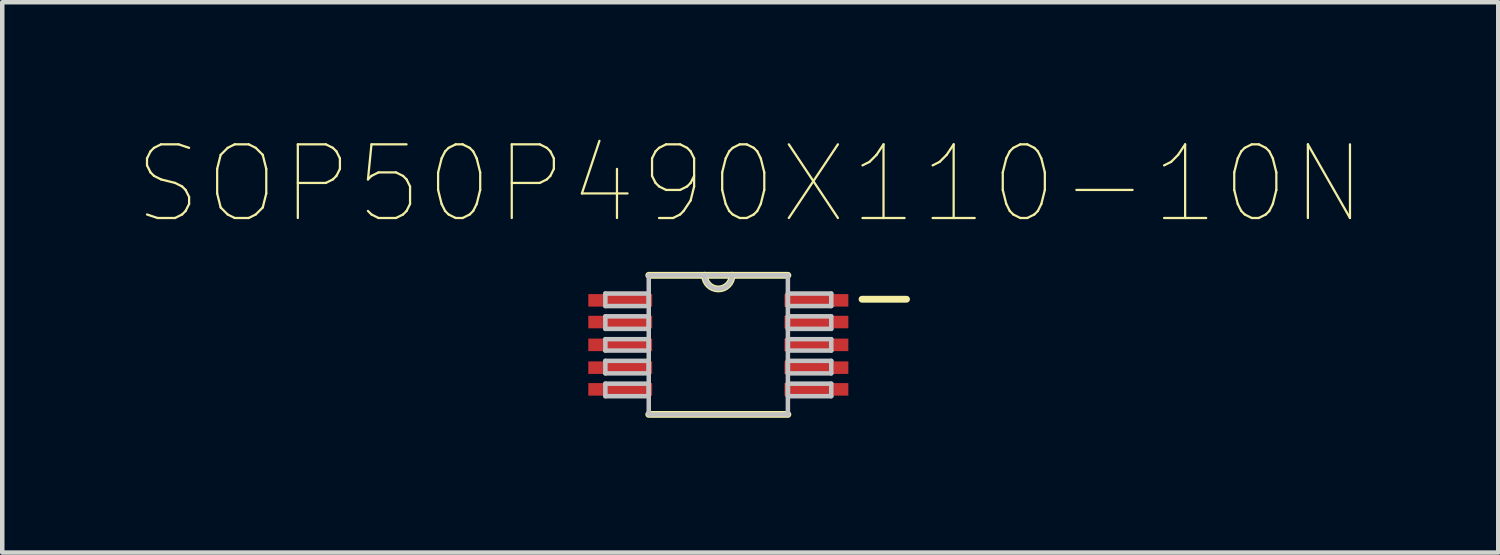
<source format=kicad_pcb>
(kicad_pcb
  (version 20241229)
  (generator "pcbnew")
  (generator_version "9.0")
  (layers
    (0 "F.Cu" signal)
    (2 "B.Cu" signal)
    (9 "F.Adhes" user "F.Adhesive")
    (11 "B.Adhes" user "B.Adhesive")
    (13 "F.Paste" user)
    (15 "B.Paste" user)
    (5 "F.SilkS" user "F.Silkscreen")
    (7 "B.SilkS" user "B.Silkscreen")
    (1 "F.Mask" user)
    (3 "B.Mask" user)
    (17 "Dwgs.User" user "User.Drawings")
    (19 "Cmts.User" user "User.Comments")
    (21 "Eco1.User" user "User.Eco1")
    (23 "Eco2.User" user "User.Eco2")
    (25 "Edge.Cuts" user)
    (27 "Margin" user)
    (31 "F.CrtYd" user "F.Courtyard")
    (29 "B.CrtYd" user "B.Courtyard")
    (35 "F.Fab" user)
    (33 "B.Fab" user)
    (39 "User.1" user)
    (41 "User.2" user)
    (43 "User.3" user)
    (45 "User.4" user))
  (footprint "SOP50P490X110-10N"
    (layer "F.Cu")
    (at 12.945 4.629)
    (property "Reference" "SOP50P490X110-10N" (at 0.711 -3.581 0) (layer "F.SilkS") (effects (font (size 1.64 1.64) (thickness 0.05))))
    (attr smd)
    (fp_line (start -1.549 1.549) (end 1.549 1.549) (stroke (width 0.152) (type solid)) (layer "F.SilkS"))
    (fp_line (start -0.305 -1.549) (end -1.549 -1.549) (stroke (width 0.152) (type solid)) (layer "F.SilkS"))
    (fp_line (start 0.305 -1.549) (end -0.305 -1.549) (stroke (width 0.152) (type solid)) (layer "F.SilkS"))
    (fp_line (start 1.549 -1.549) (end 0.305 -1.549) (stroke (width 0.152) (type solid)) (layer "F.SilkS"))
    (fp_line (start 3.2 -1.016) (end 4.191 -1.016) (stroke (width 0.152) (type solid)) (layer "F.SilkS"))
    (fp_arc (start 0.3048 -1.5494) (mid 0 -1.2446) (end -0.3048 -1.5494) (stroke (width 0.1524) (type solid)) (layer "F.SilkS"))
    (fp_line (start -2.515 -1.143) (end -2.515 -0.864) (stroke (width 0.1) (type solid)) (layer "Dwgs.User"))
    (fp_line (start -2.515 -0.864) (end -1.549 -0.864) (stroke (width 0.1) (type solid)) (layer "Dwgs.User"))
    (fp_line (start -2.515 -0.635) (end -2.515 -0.356) (stroke (width 0.1) (type solid)) (layer "Dwgs.User"))
    (fp_line (start -2.515 -0.356) (end -1.549 -0.356) (stroke (width 0.1) (type solid)) (layer "Dwgs.User"))
    (fp_line (start -2.515 -0.127) (end -2.515 0.127) (stroke (width 0.1) (type solid)) (layer "Dwgs.User"))
    (fp_line (start -2.515 0.127) (end -1.549 0.127) (stroke (width 0.1) (type solid)) (layer "Dwgs.User"))
    (fp_line (start -2.515 0.356) (end -2.515 0.635) (stroke (width 0.1) (type solid)) (layer "Dwgs.User"))
    (fp_line (start -2.515 0.635) (end -1.549 0.635) (stroke (width 0.1) (type solid)) (layer "Dwgs.User"))
    (fp_line (start -2.515 0.864) (end -2.515 1.143) (stroke (width 0.1) (type solid)) (layer "Dwgs.User"))
    (fp_line (start -2.515 1.143) (end -1.549 1.143) (stroke (width 0.1) (type solid)) (layer "Dwgs.User"))
    (fp_line (start -1.549 -1.549) (end -1.549 1.549) (stroke (width 0.1) (type solid)) (layer "Dwgs.User"))
    (fp_line (start -1.549 -1.143) (end -2.515 -1.143) (stroke (width 0.1) (type solid)) (layer "Dwgs.User"))
    (fp_line (start -1.549 -0.864) (end -1.549 -1.143) (stroke (width 0.1) (type solid)) (layer "Dwgs.User"))
    (fp_line (start -1.549 -0.635) (end -2.515 -0.635) (stroke (width 0.1) (type solid)) (layer "Dwgs.User"))
    (fp_line (start -1.549 -0.356) (end -1.549 -0.635) (stroke (width 0.1) (type solid)) (layer "Dwgs.User"))
    (fp_line (start -1.549 -0.127) (end -2.515 -0.127) (stroke (width 0.1) (type solid)) (layer "Dwgs.User"))
    (fp_line (start -1.549 0.127) (end -1.549 -0.127) (stroke (width 0.1) (type solid)) (layer "Dwgs.User"))
    (fp_line (start -1.549 0.356) (end -2.515 0.356) (stroke (width 0.1) (type solid)) (layer "Dwgs.User"))
    (fp_line (start -1.549 0.635) (end -1.549 0.356) (stroke (width 0.1) (type solid)) (layer "Dwgs.User"))
    (fp_line (start -1.549 0.864) (end -2.515 0.864) (stroke (width 0.1) (type solid)) (layer "Dwgs.User"))
    (fp_line (start -1.549 1.143) (end -1.549 0.864) (stroke (width 0.1) (type solid)) (layer "Dwgs.User"))
    (fp_line (start -1.549 1.549) (end 1.549 1.549) (stroke (width 0.1) (type solid)) (layer "Dwgs.User"))
    (fp_line (start -0.305 -1.549) (end -1.549 -1.549) (stroke (width 0.1) (type solid)) (layer "Dwgs.User"))
    (fp_line (start 0.305 -1.549) (end -0.305 -1.549) (stroke (width 0.1) (type solid)) (layer "Dwgs.User"))
    (fp_line (start 1.549 -1.549) (end 0.305 -1.549) (stroke (width 0.1) (type solid)) (layer "Dwgs.User"))
    (fp_line (start 1.549 -1.143) (end 1.549 -0.864) (stroke (width 0.1) (type solid)) (layer "Dwgs.User"))
    (fp_line (start 1.549 -0.864) (end 2.515 -0.864) (stroke (width 0.1) (type solid)) (layer "Dwgs.User"))
    (fp_line (start 1.549 -0.635) (end 1.549 -0.356) (stroke (width 0.1) (type solid)) (layer "Dwgs.User"))
    (fp_line (start 1.549 -0.356) (end 2.515 -0.356) (stroke (width 0.1) (type solid)) (layer "Dwgs.User"))
    (fp_line (start 1.549 -0.127) (end 1.549 0.127) (stroke (width 0.1) (type solid)) (layer "Dwgs.User"))
    (fp_line (start 1.549 0.127) (end 2.515 0.127) (stroke (width 0.1) (type solid)) (layer "Dwgs.User"))
    (fp_line (start 1.549 0.356) (end 1.549 0.635) (stroke (width 0.1) (type solid)) (layer "Dwgs.User"))
    (fp_line (start 1.549 0.635) (end 2.515 0.635) (stroke (width 0.1) (type solid)) (layer "Dwgs.User"))
    (fp_line (start 1.549 0.864) (end 1.549 1.143) (stroke (width 0.1) (type solid)) (layer "Dwgs.User"))
    (fp_line (start 1.549 1.143) (end 2.515 1.143) (stroke (width 0.1) (type solid)) (layer "Dwgs.User"))
    (fp_line (start 1.549 1.549) (end 1.549 -1.549) (stroke (width 0.1) (type solid)) (layer "Dwgs.User"))
    (fp_line (start 2.515 -1.143) (end 1.549 -1.143) (stroke (width 0.1) (type solid)) (layer "Dwgs.User"))
    (fp_line (start 2.515 -0.864) (end 2.515 -1.143) (stroke (width 0.1) (type solid)) (layer "Dwgs.User"))
    (fp_line (start 2.515 -0.635) (end 1.549 -0.635) (stroke (width 0.1) (type solid)) (layer "Dwgs.User"))
    (fp_line (start 2.515 -0.356) (end 2.515 -0.635) (stroke (width 0.1) (type solid)) (layer "Dwgs.User"))
    (fp_line (start 2.515 -0.127) (end 1.549 -0.127) (stroke (width 0.1) (type solid)) (layer "Dwgs.User"))
    (fp_line (start 2.515 0.127) (end 2.515 -0.127) (stroke (width 0.1) (type solid)) (layer "Dwgs.User"))
    (fp_line (start 2.515 0.356) (end 1.549 0.356) (stroke (width 0.1) (type solid)) (layer "Dwgs.User"))
    (fp_line (start 2.515 0.635) (end 2.515 0.356) (stroke (width 0.1) (type solid)) (layer "Dwgs.User"))
    (fp_line (start 2.515 0.864) (end 1.549 0.864) (stroke (width 0.1) (type solid)) (layer "Dwgs.User"))
    (fp_line (start 2.515 1.143) (end 2.515 0.864) (stroke (width 0.1) (type solid)) (layer "Dwgs.User"))
    (fp_arc (start 0.3048 -1.5494) (mid 0 -1.2446) (end -0.3048 -1.5494) (stroke (width 0.1) (type solid)) (layer "Dwgs.User"))
    (pad "1" smd rect (at -2.184 -0.991) (size 1.422 0.279) (layers "F.Cu" "F.Mask" "F.Paste"))
    (pad "2" smd rect (at -2.184 -0.508) (size 1.422 0.279) (layers "F.Cu" "F.Mask" "F.Paste"))
    (pad "3" smd rect (at -2.184 0) (size 1.422 0.279) (layers "F.Cu" "F.Mask" "F.Paste"))
    (pad "4" smd rect (at -2.184 0.508) (size 1.422 0.279) (layers "F.Cu" "F.Mask" "F.Paste"))
    (pad "5" smd rect (at -2.184 0.991) (size 1.422 0.279) (layers "F.Cu" "F.Mask" "F.Paste"))
    (pad "6" smd rect (at 2.184 0.991) (size 1.422 0.279) (layers "F.Cu" "F.Mask" "F.Paste"))
    (pad "7" smd rect (at 2.184 0.508) (size 1.422 0.279) (layers "F.Cu" "F.Mask" "F.Paste"))
    (pad "8" smd rect (at 2.184 0) (size 1.422 0.279) (layers "F.Cu" "F.Mask" "F.Paste"))
    (pad "9" smd rect (at 2.184 -0.508) (size 1.422 0.279) (layers "F.Cu" "F.Mask" "F.Paste"))
    (pad "10" smd rect (at 2.184 -0.991) (size 1.422 0.279) (layers "F.Cu" "F.Mask" "F.Paste")))
  (gr_rect
    (start -3 -3)
    (end 30.312 9.254)
    (stroke (width 0.1) (type default))
    (fill no)
    (layer "Edge.Cuts")))
</source>
